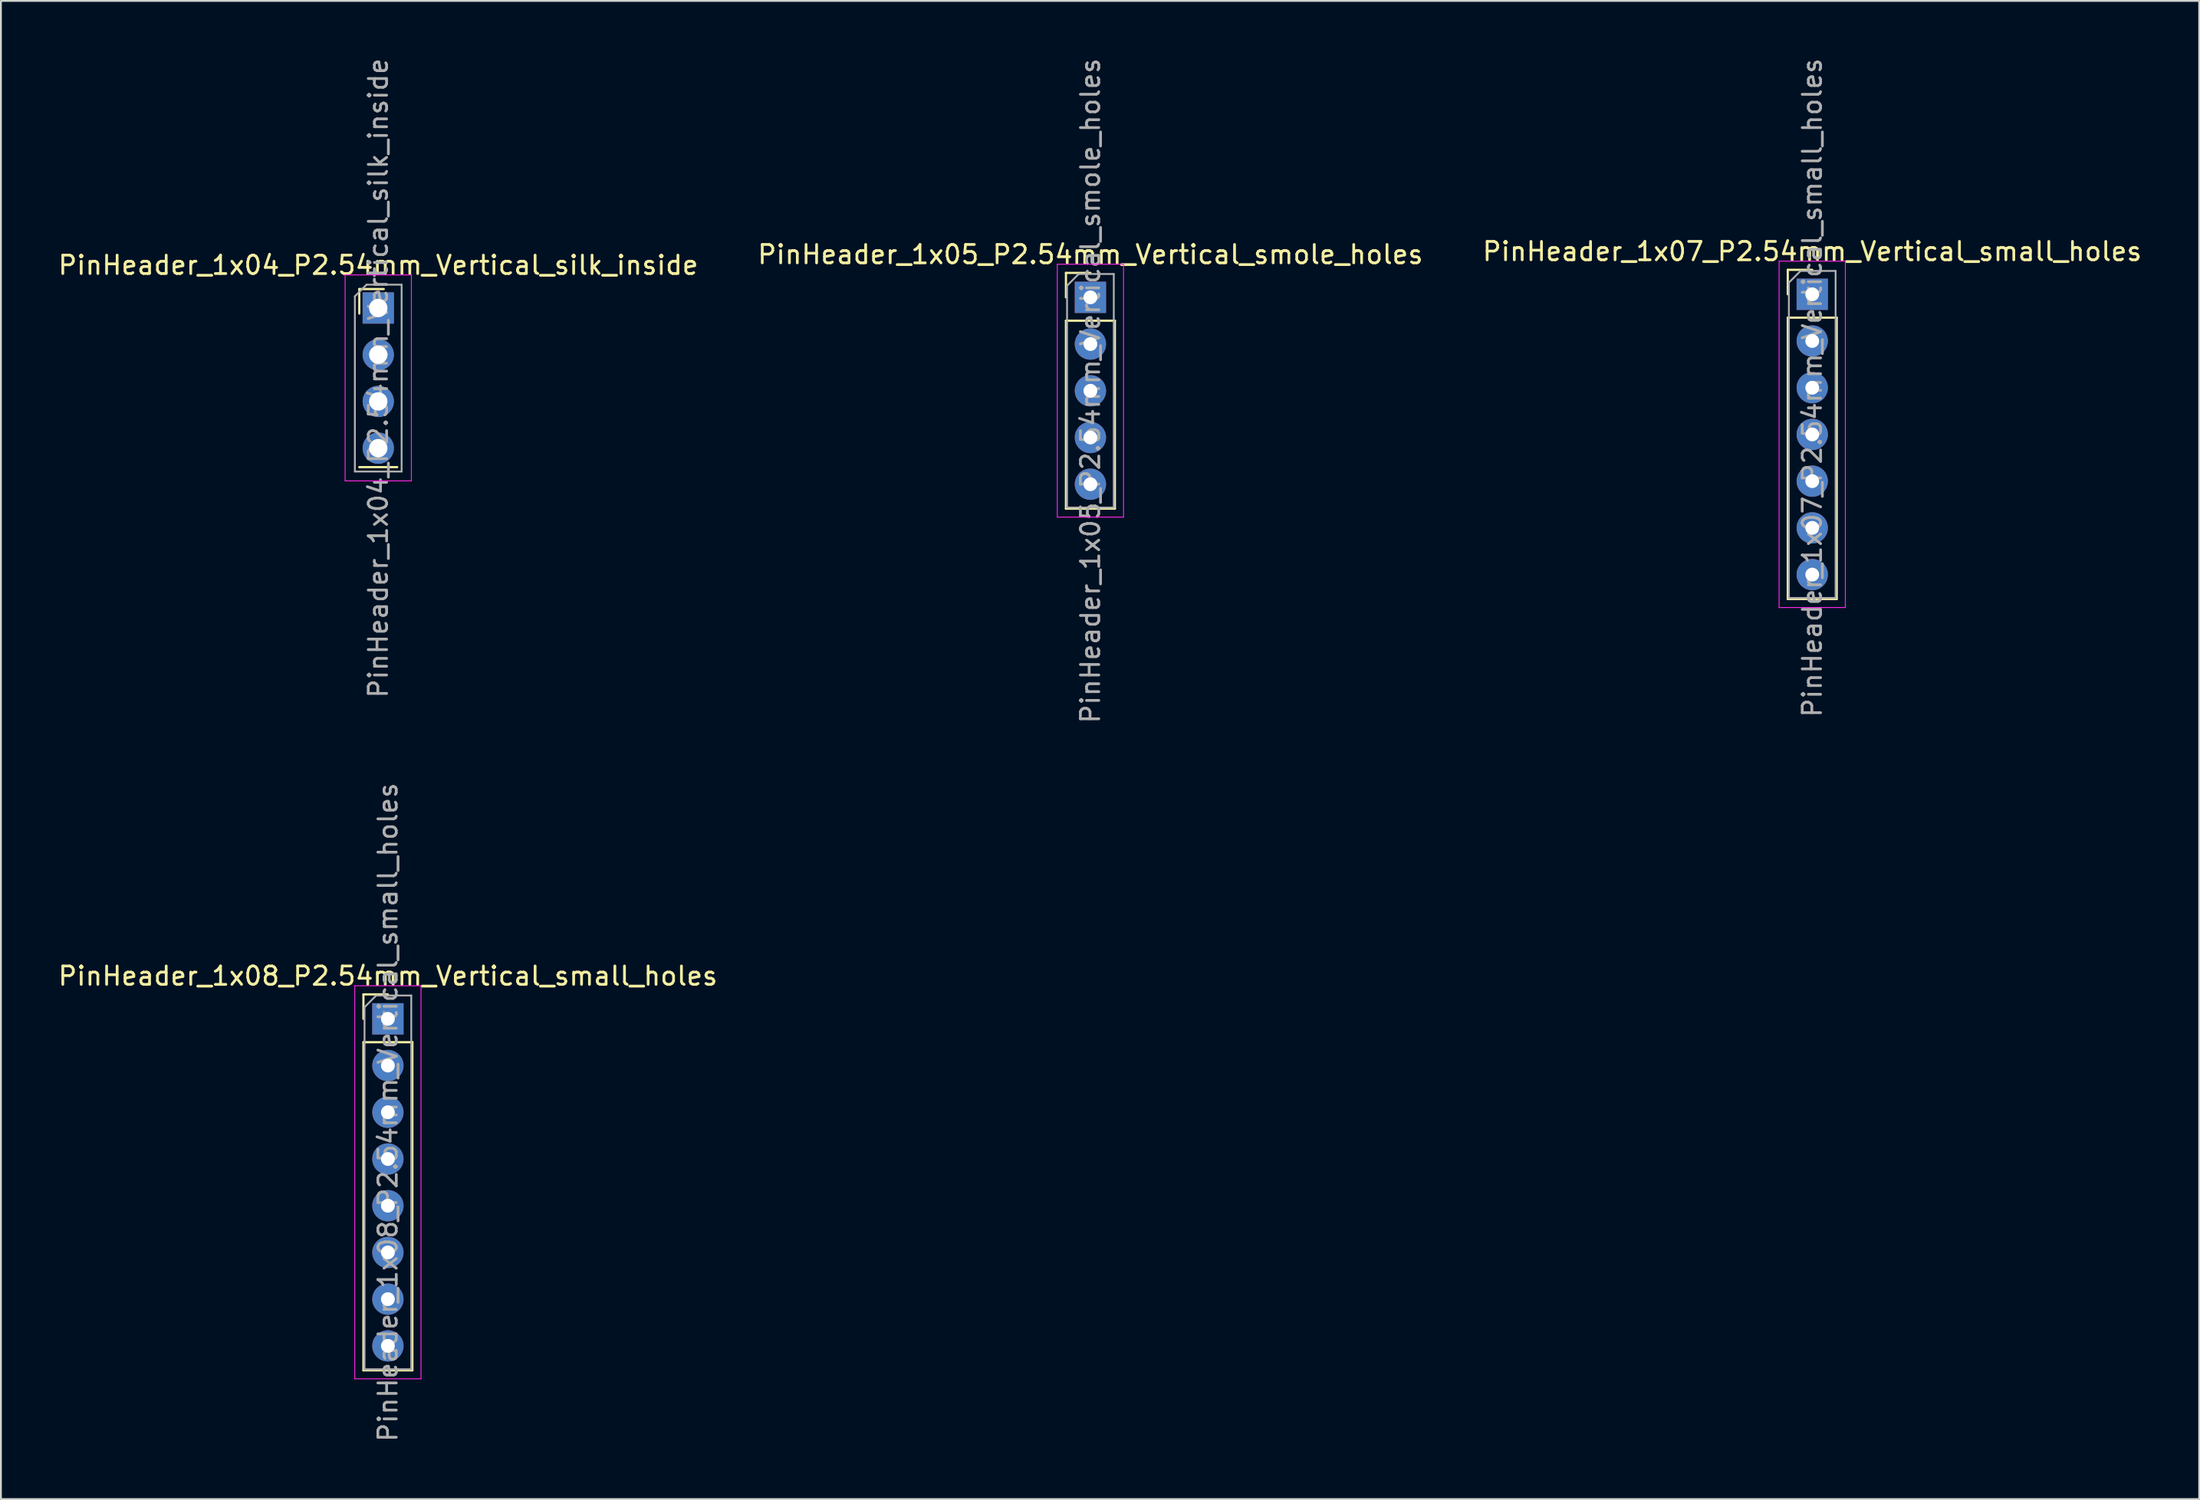
<source format=kicad_pcb>
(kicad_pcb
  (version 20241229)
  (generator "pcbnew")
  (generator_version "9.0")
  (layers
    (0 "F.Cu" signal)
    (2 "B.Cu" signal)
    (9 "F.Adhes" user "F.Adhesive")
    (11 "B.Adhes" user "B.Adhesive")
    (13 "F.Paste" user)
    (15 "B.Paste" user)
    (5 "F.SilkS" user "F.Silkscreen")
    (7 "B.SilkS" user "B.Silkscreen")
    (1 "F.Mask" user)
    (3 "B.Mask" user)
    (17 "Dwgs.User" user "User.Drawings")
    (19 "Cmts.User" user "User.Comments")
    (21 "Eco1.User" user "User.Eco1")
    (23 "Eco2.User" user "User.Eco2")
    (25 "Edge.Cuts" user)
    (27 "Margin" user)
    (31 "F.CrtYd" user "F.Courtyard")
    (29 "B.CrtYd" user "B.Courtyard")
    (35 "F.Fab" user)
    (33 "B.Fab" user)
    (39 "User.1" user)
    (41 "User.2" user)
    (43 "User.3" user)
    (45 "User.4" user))
  (footprint "PinHeader_1x08_P2.54mm_Vertical_small_holes"
    (layer "F.Cu")
    (at 18.03 52.343)
    (property "Reference" "PinHeader_1x08_P2.54mm_Vertical_small_holes" (at 0 -2.33 0) (layer "F.SilkS") (effects (font (size 1 1) (thickness 0.15))))
    (attr through_hole)
    (fp_line (start -1.33 -1.33) (end 0 -1.33) (stroke (width 0.12) (type solid)) (layer "F.SilkS"))
    (fp_line (start -1.33 0) (end -1.33 -1.33) (stroke (width 0.12) (type solid)) (layer "F.SilkS"))
    (fp_line (start -1.33 1.27) (end -1.33 19.11) (stroke (width 0.12) (type solid)) (layer "F.SilkS"))
    (fp_line (start -1.33 1.27) (end 1.33 1.27) (stroke (width 0.12) (type solid)) (layer "F.SilkS"))
    (fp_line (start -1.33 19.11) (end 1.33 19.11) (stroke (width 0.12) (type solid)) (layer "F.SilkS"))
    (fp_line (start 1.33 1.27) (end 1.33 19.11) (stroke (width 0.12) (type solid)) (layer "F.SilkS"))
    (fp_line (start -1.8 -1.8) (end -1.8 19.57) (stroke (width 0.05) (type solid)) (layer "F.CrtYd"))
    (fp_line (start -1.8 19.57) (end 1.8 19.57) (stroke (width 0.05) (type solid)) (layer "F.CrtYd"))
    (fp_line (start 1.8 -1.8) (end -1.8 -1.8) (stroke (width 0.05) (type solid)) (layer "F.CrtYd"))
    (fp_line (start 1.8 19.57) (end 1.8 -1.8) (stroke (width 0.05) (type solid)) (layer "F.CrtYd"))
    (fp_line (start -1.27 -0.635) (end -0.635 -1.27) (stroke (width 0.1) (type solid)) (layer "F.Fab"))
    (fp_line (start -1.27 19.05) (end -1.27 -0.635) (stroke (width 0.1) (type solid)) (layer "F.Fab"))
    (fp_line (start -0.635 -1.27) (end 1.27 -1.27) (stroke (width 0.1) (type solid)) (layer "F.Fab"))
    (fp_line (start 1.27 -1.27) (end 1.27 19.05) (stroke (width 0.1) (type solid)) (layer "F.Fab"))
    (fp_line (start 1.27 19.05) (end -1.27 19.05) (stroke (width 0.1) (type solid)) (layer "F.Fab"))
    (fp_text user "${REFERENCE}" (at 0 5.08 90) (layer "F.Fab") (effects (font (size 1 1) (thickness 0.15))))
    (pad "1" thru_hole rect (at 0 0) (size 1.7 1.7) (drill 0.75) (layers "*.Cu" "*.Mask"))
    (pad "2" thru_hole oval (at 0 2.54) (size 1.7 1.7) (drill 0.75) (layers "*.Cu" "*.Mask"))
    (pad "3" thru_hole oval (at 0 5.08) (size 1.7 1.7) (drill 0.75) (layers "*.Cu" "*.Mask"))
    (pad "4" thru_hole oval (at 0 7.62) (size 1.7 1.7) (drill 0.75) (layers "*.Cu" "*.Mask"))
    (pad "5" thru_hole oval (at 0 10.16) (size 1.7 1.7) (drill 0.75) (layers "*.Cu" "*.Mask"))
    (pad "6" thru_hole oval (at 0 12.7) (size 1.7 1.7) (drill 0.75) (layers "*.Cu" "*.Mask"))
    (pad "7" thru_hole oval (at 0 15.24) (size 1.7 1.7) (drill 0.75) (layers "*.Cu" "*.Mask"))
    (pad "8" thru_hole oval (at 0 17.78) (size 1.7 1.7) (drill 0.75) (layers "*.Cu" "*.Mask")))
  (footprint "PinHeader_1x05_P2.54mm_Vertical_smole_holes"
    (layer "F.Cu")
    (at 56.208 13.116)
    (property "Reference" "PinHeader_1x05_P2.54mm_Vertical_smole_holes" (at 0 -2.33 0) (layer "F.SilkS") (effects (font (size 1 1) (thickness 0.15))))
    (attr through_hole)
    (fp_line (start -1.33 -1.33) (end 0 -1.33) (stroke (width 0.12) (type solid)) (layer "F.SilkS"))
    (fp_line (start -1.33 0) (end -1.33 -1.33) (stroke (width 0.12) (type solid)) (layer "F.SilkS"))
    (fp_line (start -1.33 1.27) (end -1.33 11.49) (stroke (width 0.12) (type solid)) (layer "F.SilkS"))
    (fp_line (start -1.33 1.27) (end 1.33 1.27) (stroke (width 0.12) (type solid)) (layer "F.SilkS"))
    (fp_line (start -1.33 11.49) (end 1.33 11.49) (stroke (width 0.12) (type solid)) (layer "F.SilkS"))
    (fp_line (start 1.33 1.27) (end 1.33 11.49) (stroke (width 0.12) (type solid)) (layer "F.SilkS"))
    (fp_line (start -1.8 -1.8) (end -1.8 11.95) (stroke (width 0.05) (type solid)) (layer "F.CrtYd"))
    (fp_line (start -1.8 11.95) (end 1.8 11.95) (stroke (width 0.05) (type solid)) (layer "F.CrtYd"))
    (fp_line (start 1.8 -1.8) (end -1.8 -1.8) (stroke (width 0.05) (type solid)) (layer "F.CrtYd"))
    (fp_line (start 1.8 11.95) (end 1.8 -1.8) (stroke (width 0.05) (type solid)) (layer "F.CrtYd"))
    (fp_line (start -1.27 -0.635) (end -0.635 -1.27) (stroke (width 0.1) (type solid)) (layer "F.Fab"))
    (fp_line (start -1.27 11.43) (end -1.27 -0.635) (stroke (width 0.1) (type solid)) (layer "F.Fab"))
    (fp_line (start -0.635 -1.27) (end 1.27 -1.27) (stroke (width 0.1) (type solid)) (layer "F.Fab"))
    (fp_line (start 1.27 -1.27) (end 1.27 11.43) (stroke (width 0.1) (type solid)) (layer "F.Fab"))
    (fp_line (start 1.27 11.43) (end -1.27 11.43) (stroke (width 0.1) (type solid)) (layer "F.Fab"))
    (fp_text user "${REFERENCE}" (at 0 5.08 90) (layer "F.Fab") (effects (font (size 1 1) (thickness 0.15))))
    (pad "1" thru_hole rect (at 0 0) (size 1.7 1.7) (drill 0.75) (layers "*.Cu" "*.Mask"))
    (pad "2" thru_hole oval (at 0 2.54) (size 1.7 1.7) (drill 0.75) (layers "*.Cu" "*.Mask"))
    (pad "3" thru_hole oval (at 0 5.08) (size 1.7 1.7) (drill 0.75) (layers "*.Cu" "*.Mask"))
    (pad "4" thru_hole oval (at 0 7.62) (size 1.7 1.7) (drill 0.75) (layers "*.Cu" "*.Mask"))
    (pad "5" thru_hole oval (at 0 10.16) (size 1.7 1.7) (drill 0.75) (layers "*.Cu" "*.Mask")))
  (footprint "PinHeader_1x07_P2.54mm_Vertical_small_holes"
    (layer "F.Cu")
    (at 95.435 12.95)
    (property "Reference" "PinHeader_1x07_P2.54mm_Vertical_small_holes" (at 0 -2.33 0) (layer "F.SilkS") (effects (font (size 1 1) (thickness 0.15))))
    (attr through_hole)
    (fp_line (start -1.33 -1.33) (end 0 -1.33) (stroke (width 0.12) (type solid)) (layer "F.SilkS"))
    (fp_line (start -1.33 0) (end -1.33 -1.33) (stroke (width 0.12) (type solid)) (layer "F.SilkS"))
    (fp_line (start -1.33 1.27) (end -1.33 16.57) (stroke (width 0.12) (type solid)) (layer "F.SilkS"))
    (fp_line (start -1.33 1.27) (end 1.33 1.27) (stroke (width 0.12) (type solid)) (layer "F.SilkS"))
    (fp_line (start -1.33 16.57) (end 1.33 16.57) (stroke (width 0.12) (type solid)) (layer "F.SilkS"))
    (fp_line (start 1.33 1.27) (end 1.33 16.57) (stroke (width 0.12) (type solid)) (layer "F.SilkS"))
    (fp_line (start -1.8 -1.8) (end -1.8 17.03) (stroke (width 0.05) (type solid)) (layer "F.CrtYd"))
    (fp_line (start -1.8 17.03) (end 1.8 17.03) (stroke (width 0.05) (type solid)) (layer "F.CrtYd"))
    (fp_line (start 1.8 -1.8) (end -1.8 -1.8) (stroke (width 0.05) (type solid)) (layer "F.CrtYd"))
    (fp_line (start 1.8 17.03) (end 1.8 -1.8) (stroke (width 0.05) (type solid)) (layer "F.CrtYd"))
    (fp_line (start -1.27 -0.635) (end -0.635 -1.27) (stroke (width 0.1) (type solid)) (layer "F.Fab"))
    (fp_line (start -1.27 16.51) (end -1.27 -0.635) (stroke (width 0.1) (type solid)) (layer "F.Fab"))
    (fp_line (start -0.635 -1.27) (end 1.27 -1.27) (stroke (width 0.1) (type solid)) (layer "F.Fab"))
    (fp_line (start 1.27 -1.27) (end 1.27 16.51) (stroke (width 0.1) (type solid)) (layer "F.Fab"))
    (fp_line (start 1.27 16.51) (end -1.27 16.51) (stroke (width 0.1) (type solid)) (layer "F.Fab"))
    (fp_text user "${REFERENCE}" (at 0 5.08 90) (layer "F.Fab") (effects (font (size 1 1) (thickness 0.15))))
    (pad "1" thru_hole rect (at 0 0) (size 1.7 1.7) (drill 0.75) (layers "*.Cu" "*.Mask"))
    (pad "2" thru_hole oval (at 0 2.54) (size 1.7 1.7) (drill 0.75) (layers "*.Cu" "*.Mask"))
    (pad "3" thru_hole oval (at 0 5.08) (size 1.7 1.7) (drill 0.75) (layers "*.Cu" "*.Mask"))
    (pad "4" thru_hole oval (at 0 7.62) (size 1.7 1.7) (drill 0.75) (layers "*.Cu" "*.Mask"))
    (pad "5" thru_hole oval (at 0 10.16) (size 1.7 1.7) (drill 0.75) (layers "*.Cu" "*.Mask"))
    (pad "6" thru_hole oval (at 0 12.7) (size 1.7 1.7) (drill 0.75) (layers "*.Cu" "*.Mask"))
    (pad "7" thru_hole oval (at 0 15.24) (size 1.7 1.7) (drill 0.75) (layers "*.Cu" "*.Mask")))
  (footprint "PinHeader_1x04_P2.54mm_Vertical_silk_inside"
    (layer "F.Cu")
    (at 17.506 13.696)
    (property "Reference" "PinHeader_1x04_P2.54mm_Vertical_silk_inside" (at 0 -2.33 0) (layer "F.SilkS") (effects (font (size 1 1) (thickness 0.15))))
    (attr through_hole)
    (fp_line (start -1.03 -1.03) (end 0.3 -1.03) (stroke (width 0.12) (type solid)) (layer "F.SilkS"))
    (fp_line (start -1.03 0.3) (end -1.03 -1.03) (stroke (width 0.12) (type solid)) (layer "F.SilkS"))
    (fp_line (start -1.03 8.65) (end 1.03 8.65) (stroke (width 0.12) (type solid)) (layer "F.SilkS"))
    (fp_line (start -1.8 -1.8) (end -1.8 9.4) (stroke (width 0.05) (type solid)) (layer "F.CrtYd"))
    (fp_line (start -1.8 9.4) (end 1.8 9.4) (stroke (width 0.05) (type solid)) (layer "F.CrtYd"))
    (fp_line (start 1.8 -1.8) (end -1.8 -1.8) (stroke (width 0.05) (type solid)) (layer "F.CrtYd"))
    (fp_line (start 1.8 9.4) (end 1.8 -1.8) (stroke (width 0.05) (type solid)) (layer "F.CrtYd"))
    (fp_line (start -1.27 -0.635) (end -0.635 -1.27) (stroke (width 0.1) (type solid)) (layer "F.Fab"))
    (fp_line (start -1.27 8.89) (end -1.27 -0.635) (stroke (width 0.1) (type solid)) (layer "F.Fab"))
    (fp_line (start -0.635 -1.27) (end 1.27 -1.27) (stroke (width 0.1) (type solid)) (layer "F.Fab"))
    (fp_line (start 1.27 -1.27) (end 1.27 8.89) (stroke (width 0.1) (type solid)) (layer "F.Fab"))
    (fp_line (start 1.27 8.89) (end -1.27 8.89) (stroke (width 0.1) (type solid)) (layer "F.Fab"))
    (fp_text user "${REFERENCE}" (at 0 3.81 90) (layer "F.Fab") (effects (font (size 1 1) (thickness 0.15))))
    (pad "1" thru_hole rect (at 0 0) (size 1.7 1.7) (drill 1) (layers "*.Cu" "*.Mask"))
    (pad "2" thru_hole oval (at 0 2.54) (size 1.7 1.7) (drill 1) (layers "*.Cu" "*.Mask"))
    (pad "3" thru_hole oval (at 0 5.08) (size 1.7 1.7) (drill 1) (layers "*.Cu" "*.Mask"))
    (pad "4" thru_hole oval (at 0 7.62) (size 1.7 1.7) (drill 1) (layers "*.Cu" "*.Mask")))
  (gr_rect
    (start -3 -3)
    (end 116.464 78.452)
    (stroke (width 0.1) (type default))
    (fill no)
    (layer "Edge.Cuts")))
</source>
